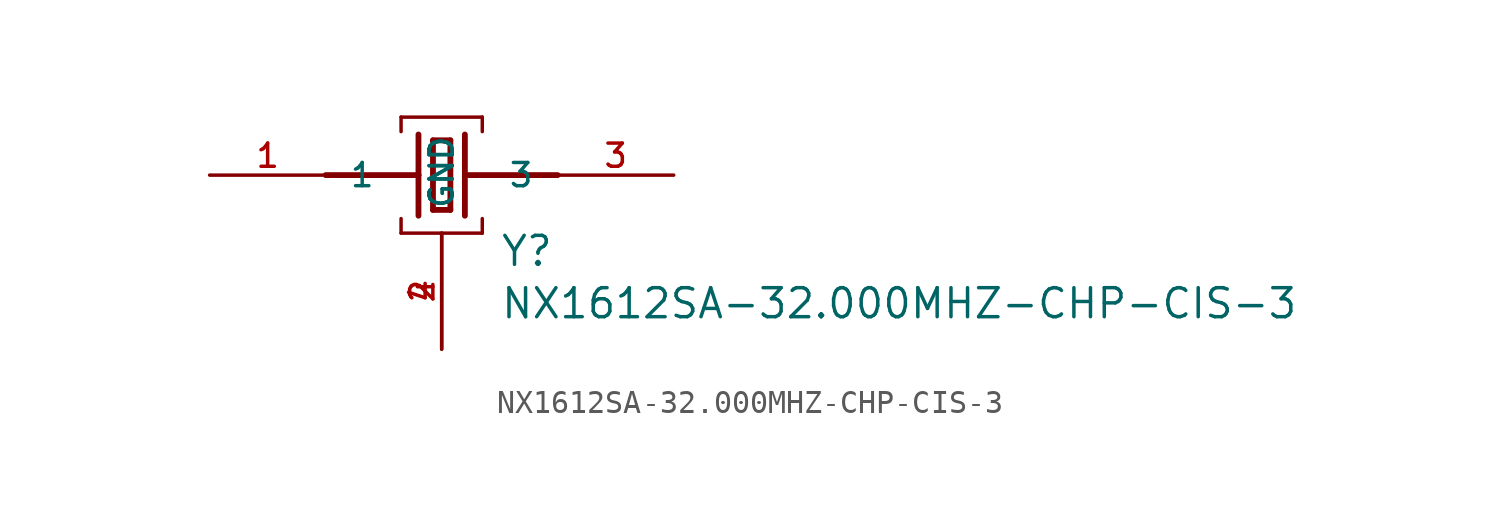
<source format=kicad_sym>
(kicad_symbol_lib
  (version 20211014)
  (generator kicad_symbol_editor)
  (symbol "NX1612SA-32.000MHZ-CHP-CIS-3"
    (pin_names
      (offset 1.016))
    (property "Reference" "Y"
      (at 2.544 -4.07 0)
      (effects (font (size 1.27 1.27)) (justify bottom left)))
    (property "Value" "NX1612SA-32.000MHZ-CHP-CIS-3"
      (at 2.545 -6.362 0)
      (effects (font (size 1.27 1.27)) (justify bottom left)))
    (symbol "NX1612SA-32.000MHZ-CHP-CIS-3_0_0"
      (polyline (pts (xy -0.381 1.524) (xy -0.381 -1.524)) (stroke (width 0.254)))
      (polyline (pts (xy -0.381 -1.524) (xy 0.381 -1.524)) (stroke (width 0.254)))
      (polyline (pts (xy 0.381 -1.524) (xy 0.381 1.524)) (stroke (width 0.254)))
      (polyline (pts (xy 0.381 1.524) (xy -0.381 1.524)) (stroke (width 0.254)))
      (polyline (pts (xy 1.016 1.778) (xy 1.016 0.0)) (stroke (width 0.254)))
      (polyline (pts (xy 1.016 0.0) (xy 1.016 -1.778)) (stroke (width 0.254)))
      (polyline (pts (xy -1.016 1.778) (xy -1.016 0.0)) (stroke (width 0.254)))
      (polyline (pts (xy -1.016 0.0) (xy -1.016 -1.778)) (stroke (width 0.254)))
      (polyline (pts (xy -1.778 1.905) (xy -1.778 2.54)) (stroke (width 0.152)))
      (polyline (pts (xy -1.778 2.54) (xy 1.778 2.54)) (stroke (width 0.152)))
      (polyline (pts (xy 1.778 2.54) (xy 1.778 1.905)) (stroke (width 0.152)))
      (polyline (pts (xy 1.778 -1.905) (xy 1.778 -2.54)) (stroke (width 0.152)))
      (polyline (pts (xy -1.778 -2.54) (xy 1.778 -2.54)) (stroke (width 0.152)))
      (polyline (pts (xy -1.778 -2.54) (xy -1.778 -1.905)) (stroke (width 0.152)))
      (polyline (pts (xy -5.08 0.0) (xy -1.016 0.0)) (stroke (width 0.254)))
      (polyline (pts (xy 5.08 0.0) (xy 1.016 0.0)) (stroke (width 0.254)))
      (pin passive line (at 10.16 0.0 180.0) (length 5.08) (name "3" (effects (font (size 1.016 1.016)))) (number "3" (effects (font (size 1.016 1.016)))))
      (pin passive line (at -10.16 0.0 0) (length 5.08) (name "1" (effects (font (size 1.016 1.016)))) (number "1" (effects (font (size 1.016 1.016)))))
      (pin passive line (at 0.0 -7.62 90.0) (length 5.08) (name "GND" (effects (font (size 1.016 1.016)))) (number "2" (effects (font (size 1.016 1.016)))))
      (pin passive line (at 0.0 -7.62 90.0) (length 5.08) (name "GND" (effects (font (size 1.016 1.016)))) (number "4" (effects (font (size 1.016 1.016))))))))
</source>
